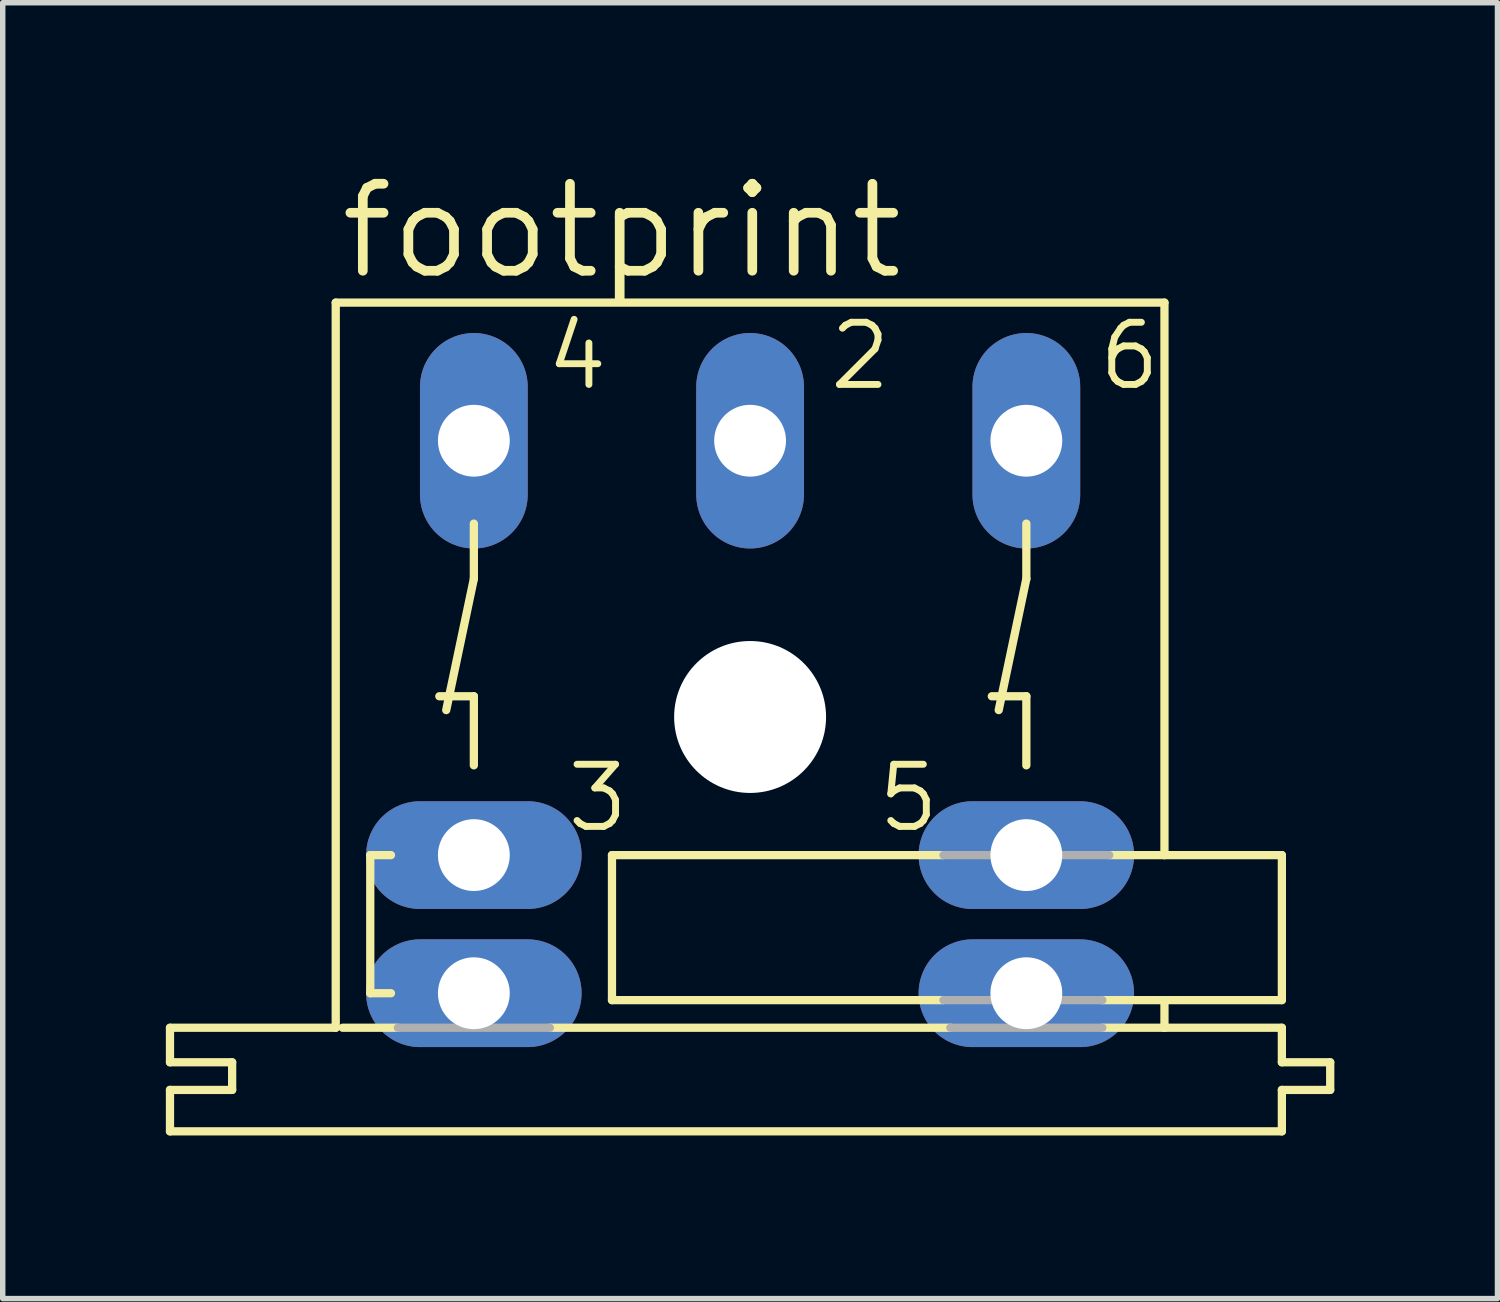
<source format=kicad_pcb>
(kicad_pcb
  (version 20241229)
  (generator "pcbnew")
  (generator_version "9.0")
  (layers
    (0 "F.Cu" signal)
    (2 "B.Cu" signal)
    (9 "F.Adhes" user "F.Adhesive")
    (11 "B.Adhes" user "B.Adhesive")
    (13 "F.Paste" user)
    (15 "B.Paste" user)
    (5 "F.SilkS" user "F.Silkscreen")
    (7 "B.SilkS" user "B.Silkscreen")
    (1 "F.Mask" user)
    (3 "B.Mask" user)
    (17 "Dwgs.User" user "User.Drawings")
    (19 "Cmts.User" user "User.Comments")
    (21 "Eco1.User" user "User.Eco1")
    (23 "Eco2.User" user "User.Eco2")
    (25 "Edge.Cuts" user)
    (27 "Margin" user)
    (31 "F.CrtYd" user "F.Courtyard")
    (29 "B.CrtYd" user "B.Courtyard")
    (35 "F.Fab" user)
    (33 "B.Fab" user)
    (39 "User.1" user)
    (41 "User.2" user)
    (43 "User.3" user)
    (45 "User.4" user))
  (footprint "footprint"
    (layer "F.Cu")
    (at 10.744 10.135)
    (property "Reference" "footprint" (at -7.62 -8.001 0) (layer "F.SilkS") (effects (font (size 1.6 1.6) (thickness 0.178)) (justify left bottom)))
    (fp_line (start -10.668 6.35) (end -10.668 5.715) (stroke (width 0.152) (type solid)) (layer "F.SilkS"))
    (fp_line (start -10.668 6.35) (end -9.525 6.35) (stroke (width 0.152) (type solid)) (layer "F.SilkS"))
    (fp_line (start -10.668 7.62) (end -10.668 6.858) (stroke (width 0.152) (type solid)) (layer "F.SilkS"))
    (fp_line (start -10.668 7.62) (end 9.779 7.62) (stroke (width 0.152) (type solid)) (layer "F.SilkS"))
    (fp_line (start -9.525 6.858) (end -10.668 6.858) (stroke (width 0.152) (type solid)) (layer "F.SilkS"))
    (fp_line (start -9.525 6.858) (end -9.525 6.35) (stroke (width 0.152) (type solid)) (layer "F.SilkS"))
    (fp_line (start -7.62 -7.62) (end -7.62 5.715) (stroke (width 0.152) (type solid)) (layer "F.SilkS"))
    (fp_line (start -7.62 5.715) (end -10.668 5.715) (stroke (width 0.152) (type solid)) (layer "F.SilkS"))
    (fp_line (start -7.493 5.715) (end -6.477 5.715) (stroke (width 0.152) (type solid)) (layer "F.SilkS"))
    (fp_line (start -6.985 2.54) (end -6.985 5.08) (stroke (width 0.152) (type solid)) (layer "F.SilkS"))
    (fp_line (start -6.985 5.08) (end -6.604 5.08) (stroke (width 0.152) (type solid)) (layer "F.SilkS"))
    (fp_line (start -6.604 2.54) (end -6.985 2.54) (stroke (width 0.152) (type solid)) (layer "F.SilkS"))
    (fp_line (start -5.715 -0.381) (end -5.08 -0.381) (stroke (width 0.152) (type solid)) (layer "F.SilkS"))
    (fp_line (start -5.08 -3.556) (end -5.08 -2.54) (stroke (width 0.152) (type solid)) (layer "F.SilkS"))
    (fp_line (start -5.08 -2.54) (end -5.588 -0.127) (stroke (width 0.152) (type solid)) (layer "F.SilkS"))
    (fp_line (start -5.08 -0.381) (end -5.08 0.889) (stroke (width 0.152) (type solid)) (layer "F.SilkS"))
    (fp_line (start -3.683 5.715) (end 3.683 5.715) (stroke (width 0.152) (type solid)) (layer "F.SilkS"))
    (fp_line (start -2.54 2.54) (end -2.54 5.207) (stroke (width 0.152) (type solid)) (layer "F.SilkS"))
    (fp_line (start -2.54 5.207) (end 3.556 5.207) (stroke (width 0.152) (type solid)) (layer "F.SilkS"))
    (fp_line (start 3.556 2.54) (end -2.54 2.54) (stroke (width 0.152) (type solid)) (layer "F.SilkS"))
    (fp_line (start 4.445 -0.381) (end 5.08 -0.381) (stroke (width 0.152) (type solid)) (layer "F.SilkS"))
    (fp_line (start 5.08 -3.556) (end 5.08 -2.54) (stroke (width 0.152) (type solid)) (layer "F.SilkS"))
    (fp_line (start 5.08 -2.54) (end 4.572 -0.127) (stroke (width 0.152) (type solid)) (layer "F.SilkS"))
    (fp_line (start 5.08 -0.381) (end 5.08 0.889) (stroke (width 0.152) (type solid)) (layer "F.SilkS"))
    (fp_line (start 6.477 5.207) (end 7.62 5.207) (stroke (width 0.152) (type solid)) (layer "F.SilkS"))
    (fp_line (start 6.477 5.715) (end 7.62 5.715) (stroke (width 0.152) (type solid)) (layer "F.SilkS"))
    (fp_line (start 7.62 -7.62) (end -7.62 -7.62) (stroke (width 0.152) (type solid)) (layer "F.SilkS"))
    (fp_line (start 7.62 -7.62) (end 7.62 2.54) (stroke (width 0.152) (type solid)) (layer "F.SilkS"))
    (fp_line (start 7.62 2.54) (end 6.604 2.54) (stroke (width 0.152) (type solid)) (layer "F.SilkS"))
    (fp_line (start 7.62 5.715) (end 7.62 5.207) (stroke (width 0.152) (type solid)) (layer "F.SilkS"))
    (fp_line (start 9.779 2.54) (end 7.62 2.54) (stroke (width 0.152) (type solid)) (layer "F.SilkS"))
    (fp_line (start 9.779 5.207) (end 7.62 5.207) (stroke (width 0.152) (type solid)) (layer "F.SilkS"))
    (fp_line (start 9.779 5.207) (end 9.779 2.54) (stroke (width 0.152) (type solid)) (layer "F.SilkS"))
    (fp_line (start 9.779 5.715) (end 7.62 5.715) (stroke (width 0.152) (type solid)) (layer "F.SilkS"))
    (fp_line (start 9.779 5.715) (end 9.779 6.35) (stroke (width 0.152) (type solid)) (layer "F.SilkS"))
    (fp_line (start 9.779 7.62) (end 9.779 6.858) (stroke (width 0.152) (type solid)) (layer "F.SilkS"))
    (fp_line (start 10.668 6.35) (end 9.779 6.35) (stroke (width 0.152) (type solid)) (layer "F.SilkS"))
    (fp_line (start 10.668 6.858) (end 9.779 6.858) (stroke (width 0.152) (type solid)) (layer "F.SilkS"))
    (fp_line (start 10.668 6.858) (end 10.668 6.35) (stroke (width 0.152) (type solid)) (layer "F.SilkS"))
    (fp_line (start -3.683 5.715) (end -6.477 5.715) (stroke (width 0.152) (type solid)) (layer "F.Fab"))
    (fp_line (start 3.556 5.207) (end 6.477 5.207) (stroke (width 0.152) (type solid)) (layer "F.Fab"))
    (fp_line (start 6.477 5.715) (end 3.683 5.715) (stroke (width 0.152) (type solid)) (layer "F.Fab"))
    (fp_line (start 6.604 2.54) (end 3.556 2.54) (stroke (width 0.152) (type solid)) (layer "F.Fab"))
    (fp_text user "5" (at 2.286 2.159 0) (layer "F.SilkS") (effects (font (size 1.143 1.143) (thickness 0.127)) (justify left bottom)))
    (fp_text user "2" (at 1.397 -5.969 0) (layer "F.SilkS") (effects (font (size 1.143 1.143) (thickness 0.127)) (justify left bottom)))
    (fp_text user "4" (at -3.81 -5.969 0) (layer "F.SilkS") (effects (font (size 1.143 1.143) (thickness 0.127)) (justify left bottom)))
    (fp_text user "6" (at 6.35 -5.969 0) (layer "F.SilkS") (effects (font (size 1.143 1.143) (thickness 0.127)) (justify left bottom)))
    (fp_text user "3" (at -3.429 2.159 0) (layer "F.SilkS") (effects (font (size 1.143 1.143) (thickness 0.127)) (justify left bottom)))
    (pad "" np_thru_hole circle (at 0 0) (size 2.794 2.794) (drill 2.794) (layers "*.Cu" "*.Mask"))
    (pad "2" thru_hole oval (at 0 -5.08 90) (size 3.962 1.981) (drill 1.321) (layers "*.Cu" "*.Mask"))
    (pad "3" thru_hole oval (at -5.08 2.54) (size 3.962 1.981) (drill 1.321) (layers "*.Cu" "*.Mask"))
    (pad "3@1" thru_hole oval (at -5.08 5.08) (size 3.962 1.981) (drill 1.321) (layers "*.Cu" "*.Mask"))
    (pad "4" thru_hole oval (at -5.08 -5.08 90) (size 3.962 1.981) (drill 1.321) (layers "*.Cu" "*.Mask"))
    (pad "5" thru_hole oval (at 5.08 2.54) (size 3.962 1.981) (drill 1.321) (layers "*.Cu" "*.Mask"))
    (pad "5@1" thru_hole oval (at 5.08 5.08) (size 3.962 1.981) (drill 1.321) (layers "*.Cu" "*.Mask"))
    (pad "6" thru_hole oval (at 5.08 -5.08 90) (size 3.962 1.981) (drill 1.321) (layers "*.Cu" "*.Mask")))
  (gr_rect
    (start -3 -3)
    (end 24.488 20.831)
    (stroke (width 0.1) (type default))
    (fill no)
    (layer "Edge.Cuts")))
</source>
